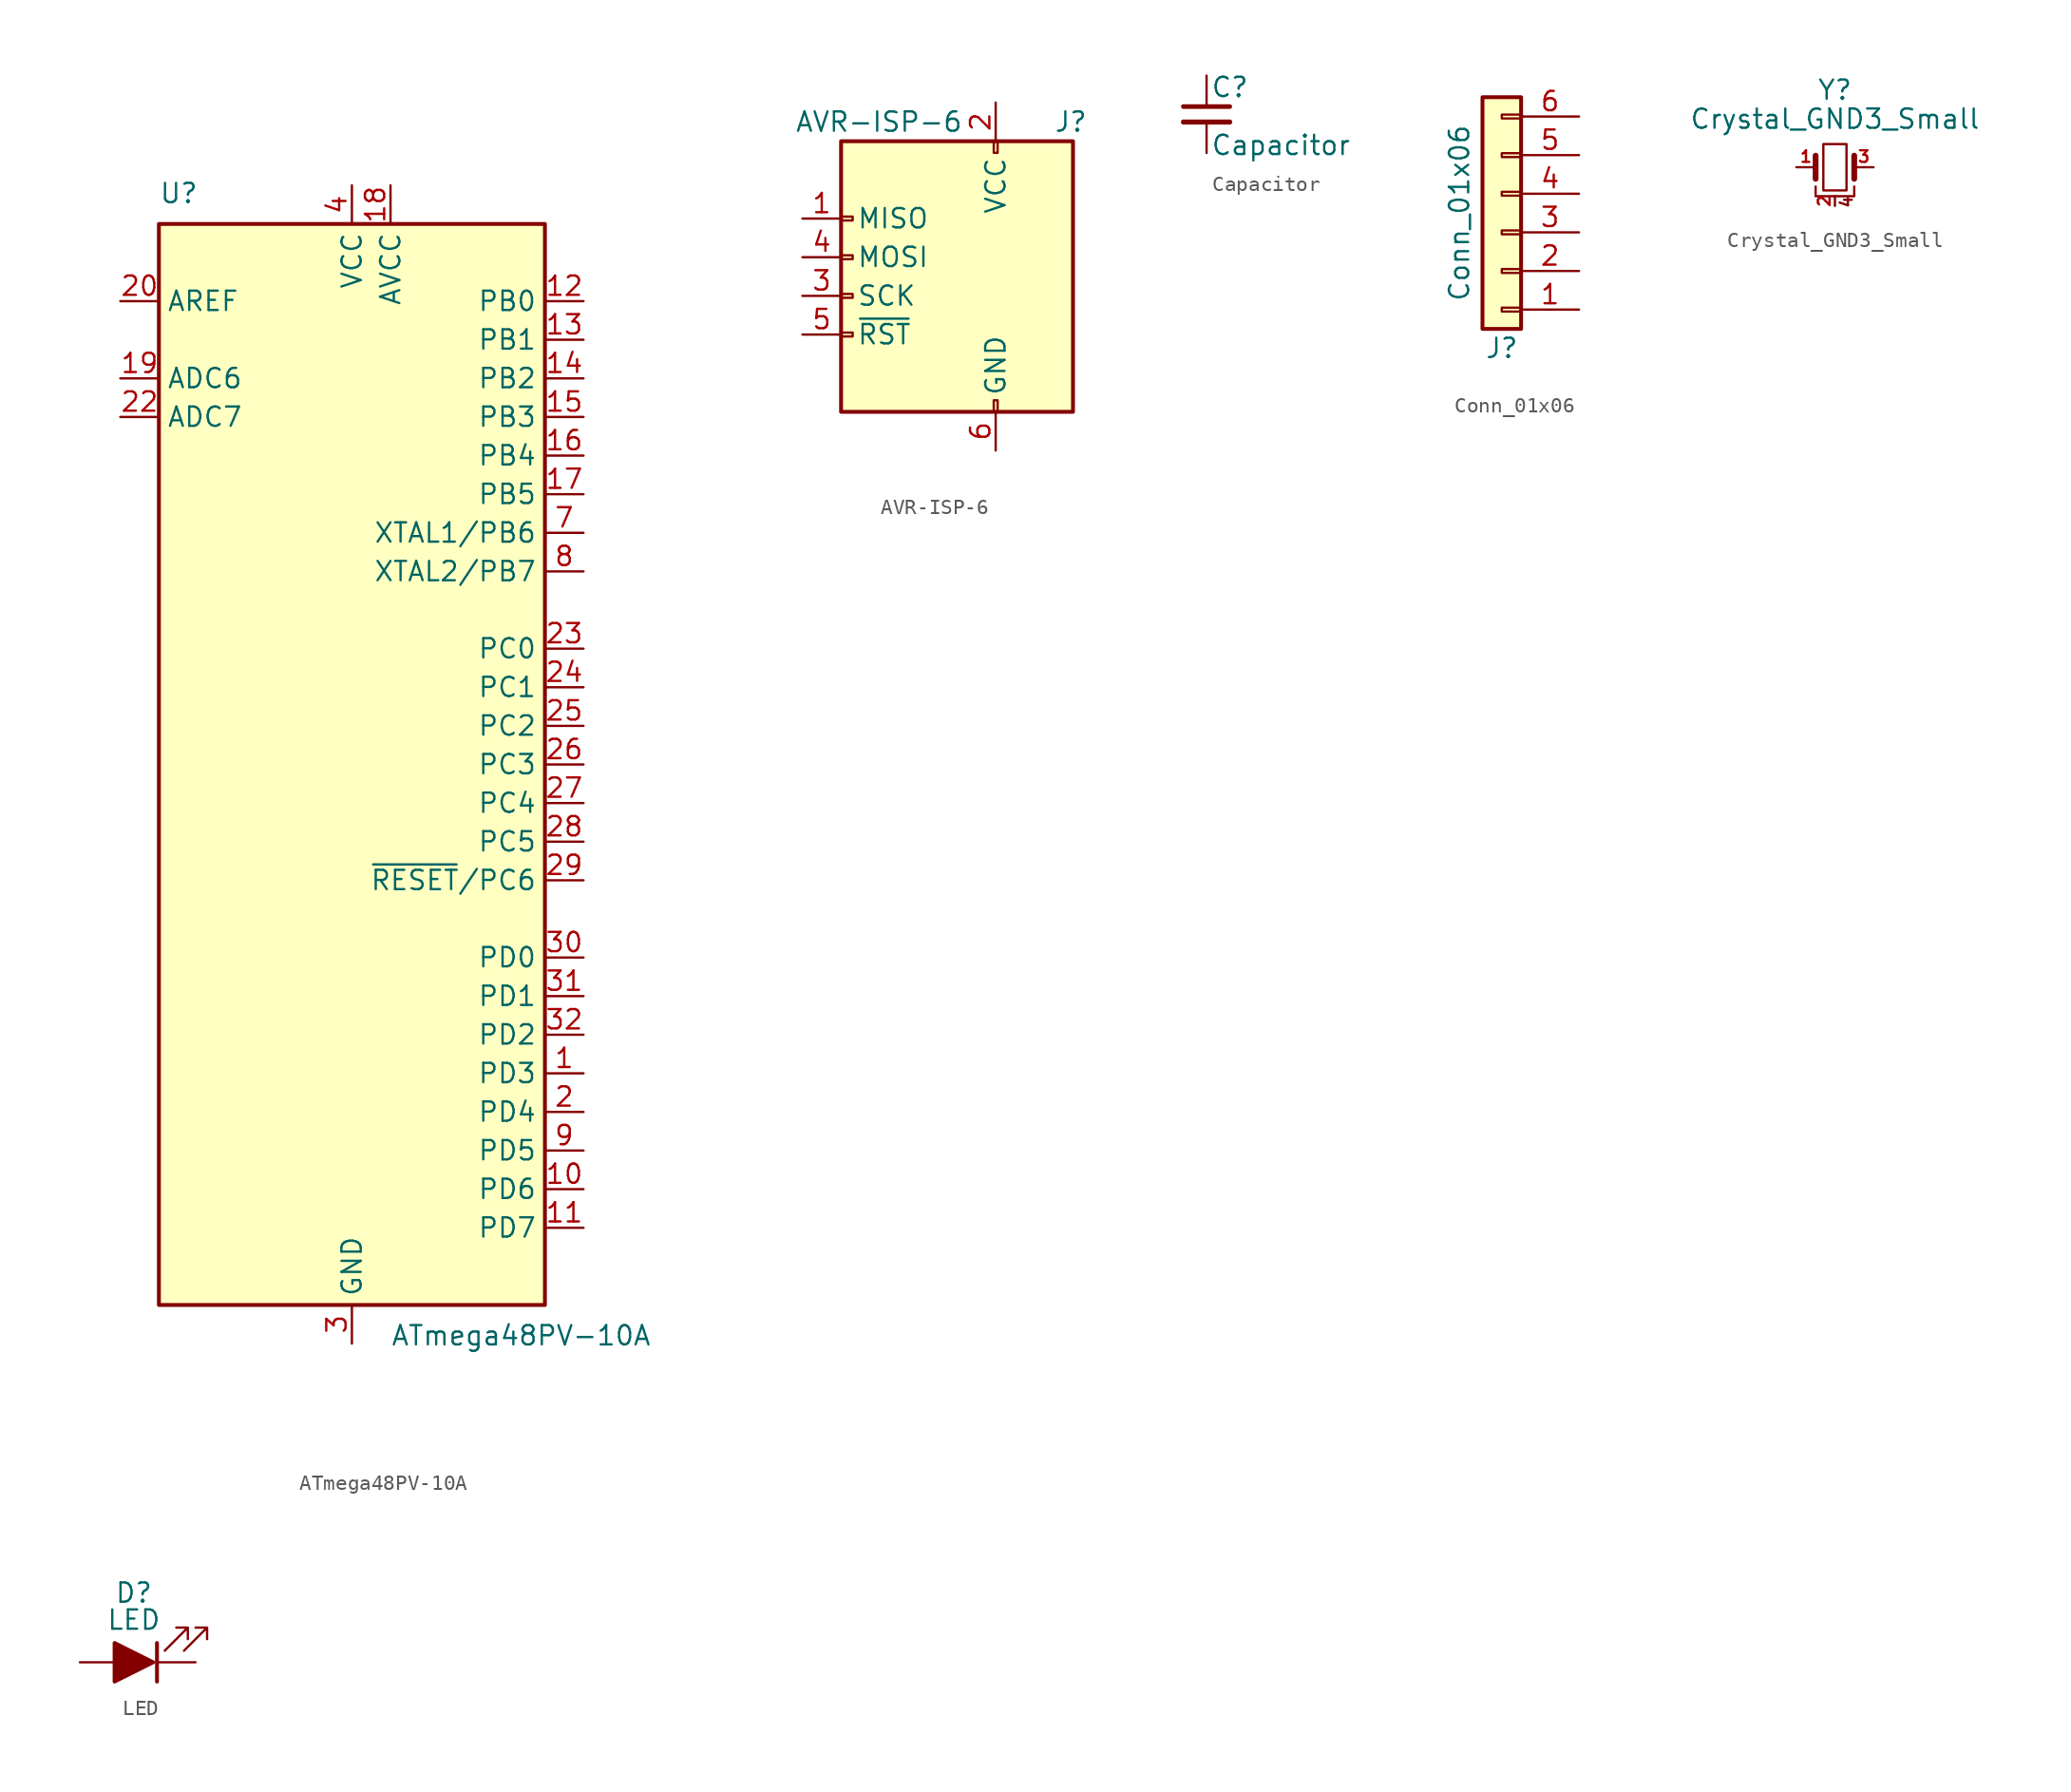
<source format=kicad_sym>
(kicad_symbol_lib
  (version 20211014)
  (generator kicad_symbol_editor)
  (symbol "ATmega48PV-10A"
    (property "Reference" "U"
      (at -12.7 36.83 0)
      (effects (font (size 1.27 1.27)) (justify left bottom)))
    (property "Value" "ATmega48PV-10A"
      (at 2.54 -36.83 0)
      (effects (font (size 1.27 1.27)) (justify left top)))
    (symbol "ATmega48PV-10A_0_1"
      (rectangle (start -12.7 -35.56) (end 12.7 35.56) (stroke (width 0.254) (type default) (color 0 0 0 0)) (fill (type background))))
    (symbol "ATmega48PV-10A_1_1"
      (pin bidirectional line (at 15.24 -20.32 180) (length 2.54) (name "PD3" (effects (font (size 1.27 1.27)))) (number "1" (effects (font (size 1.27 1.27)))))
      (pin bidirectional line (at 15.24 -27.94 180) (length 2.54) (name "PD6" (effects (font (size 1.27 1.27)))) (number "10" (effects (font (size 1.27 1.27)))))
      (pin bidirectional line (at 15.24 -30.48 180) (length 2.54) (name "PD7" (effects (font (size 1.27 1.27)))) (number "11" (effects (font (size 1.27 1.27)))))
      (pin bidirectional line (at 15.24 30.48 180) (length 2.54) (name "PB0" (effects (font (size 1.27 1.27)))) (number "12" (effects (font (size 1.27 1.27)))))
      (pin bidirectional line (at 15.24 27.94 180) (length 2.54) (name "PB1" (effects (font (size 1.27 1.27)))) (number "13" (effects (font (size 1.27 1.27)))))
      (pin bidirectional line (at 15.24 25.4 180) (length 2.54) (name "PB2" (effects (font (size 1.27 1.27)))) (number "14" (effects (font (size 1.27 1.27)))))
      (pin bidirectional line (at 15.24 22.86 180) (length 2.54) (name "PB3" (effects (font (size 1.27 1.27)))) (number "15" (effects (font (size 1.27 1.27)))))
      (pin bidirectional line (at 15.24 20.32 180) (length 2.54) (name "PB4" (effects (font (size 1.27 1.27)))) (number "16" (effects (font (size 1.27 1.27)))))
      (pin bidirectional line (at 15.24 17.78 180) (length 2.54) (name "PB5" (effects (font (size 1.27 1.27)))) (number "17" (effects (font (size 1.27 1.27)))))
      (pin power_in line (at 2.54 38.1 270) (length 2.54) (name "AVCC" (effects (font (size 1.27 1.27)))) (number "18" (effects (font (size 1.27 1.27)))))
      (pin input line (at -15.24 25.4 0) (length 2.54) (name "ADC6" (effects (font (size 1.27 1.27)))) (number "19" (effects (font (size 1.27 1.27)))))
      (pin bidirectional line (at 15.24 -22.86 180) (length 2.54) (name "PD4" (effects (font (size 1.27 1.27)))) (number "2" (effects (font (size 1.27 1.27)))))
      (pin passive line (at -15.24 30.48 0) (length 2.54) (name "AREF" (effects (font (size 1.27 1.27)))) (number "20" (effects (font (size 1.27 1.27)))))
      (pin passive line (at 0 -38.1 90) (length 2.54) hide (name "GND" (effects (font (size 1.27 1.27)))) (number "21" (effects (font (size 1.27 1.27)))))
      (pin input line (at -15.24 22.86 0) (length 2.54) (name "ADC7" (effects (font (size 1.27 1.27)))) (number "22" (effects (font (size 1.27 1.27)))))
      (pin bidirectional line (at 15.24 7.62 180) (length 2.54) (name "PC0" (effects (font (size 1.27 1.27)))) (number "23" (effects (font (size 1.27 1.27)))))
      (pin bidirectional line (at 15.24 5.08 180) (length 2.54) (name "PC1" (effects (font (size 1.27 1.27)))) (number "24" (effects (font (size 1.27 1.27)))))
      (pin bidirectional line (at 15.24 2.54 180) (length 2.54) (name "PC2" (effects (font (size 1.27 1.27)))) (number "25" (effects (font (size 1.27 1.27)))))
      (pin bidirectional line (at 15.24 0 180) (length 2.54) (name "PC3" (effects (font (size 1.27 1.27)))) (number "26" (effects (font (size 1.27 1.27)))))
      (pin bidirectional line (at 15.24 -2.54 180) (length 2.54) (name "PC4" (effects (font (size 1.27 1.27)))) (number "27" (effects (font (size 1.27 1.27)))))
      (pin bidirectional line (at 15.24 -5.08 180) (length 2.54) (name "PC5" (effects (font (size 1.27 1.27)))) (number "28" (effects (font (size 1.27 1.27)))))
      (pin bidirectional line (at 15.24 -7.62 180) (length 2.54) (name "~{RESET}/PC6" (effects (font (size 1.27 1.27)))) (number "29" (effects (font (size 1.27 1.27)))))
      (pin power_in line (at 0 -38.1 90) (length 2.54) (name "GND" (effects (font (size 1.27 1.27)))) (number "3" (effects (font (size 1.27 1.27)))))
      (pin bidirectional line (at 15.24 -12.7 180) (length 2.54) (name "PD0" (effects (font (size 1.27 1.27)))) (number "30" (effects (font (size 1.27 1.27)))))
      (pin bidirectional line (at 15.24 -15.24 180) (length 2.54) (name "PD1" (effects (font (size 1.27 1.27)))) (number "31" (effects (font (size 1.27 1.27)))))
      (pin bidirectional line (at 15.24 -17.78 180) (length 2.54) (name "PD2" (effects (font (size 1.27 1.27)))) (number "32" (effects (font (size 1.27 1.27)))))
      (pin power_in line (at 0 38.1 270) (length 2.54) (name "VCC" (effects (font (size 1.27 1.27)))) (number "4" (effects (font (size 1.27 1.27)))))
      (pin passive line (at 0 -38.1 90) (length 2.54) hide (name "GND" (effects (font (size 1.27 1.27)))) (number "5" (effects (font (size 1.27 1.27)))))
      (pin passive line (at 0 38.1 270) (length 2.54) hide (name "VCC" (effects (font (size 1.27 1.27)))) (number "6" (effects (font (size 1.27 1.27)))))
      (pin bidirectional line (at 15.24 15.24 180) (length 2.54) (name "XTAL1/PB6" (effects (font (size 1.27 1.27)))) (number "7" (effects (font (size 1.27 1.27)))))
      (pin bidirectional line (at 15.24 12.7 180) (length 2.54) (name "XTAL2/PB7" (effects (font (size 1.27 1.27)))) (number "8" (effects (font (size 1.27 1.27)))))
      (pin bidirectional line (at 15.24 -25.4 180) (length 2.54) (name "PD5" (effects (font (size 1.27 1.27)))) (number "9" (effects (font (size 1.27 1.27)))))))
  (symbol "AVR-ISP-6"
    (pin_names
      (offset 1.016))
    (property "Reference" "J"
      (at 13.716 11.43 0)
      (effects (font (size 1.27 1.27)) (justify left)))
    (property "Value" "AVR-ISP-6"
      (at -3.302 11.43 0)
      (effects (font (size 1.27 1.27)) (justify left)))
    (symbol "AVR-ISP-6_0_1"
      (rectangle (start 0.508 -2.667) (end -0.254 -2.413) (stroke (width 0) (type default) (color 0 0 0 0)) (fill (type none)))
      (rectangle (start 0.508 -0.127) (end -0.254 0.127) (stroke (width 0) (type default) (color 0 0 0 0)) (fill (type none)))
      (rectangle (start 0.508 2.413) (end -0.254 2.667) (stroke (width 0) (type default) (color 0 0 0 0)) (fill (type none)))
      (rectangle (start 0.508 4.953) (end -0.254 5.207) (stroke (width 0) (type default) (color 0 0 0 0)) (fill (type none)))
      (rectangle (start 9.779 -7.62) (end 10.033 -6.858) (stroke (width 0) (type default) (color 0 0 0 0)) (fill (type none)))
      (rectangle (start 9.779 9.398) (end 10.033 10.16) (stroke (width 0) (type default) (color 0 0 0 0)) (fill (type none)))
      (rectangle (start 14.986 -7.62) (end -0.254 10.16) (stroke (width 0.254) (type default) (color 0 0 0 0)) (fill (type background))))
    (symbol "AVR-ISP-6_1_1"
      (pin passive line (at -2.794 5.08 0) (length 2.54) (name "MISO" (effects (font (size 1.27 1.27)))) (number "1" (effects (font (size 1.27 1.27)))))
      (pin passive line (at 9.906 12.7 270) (length 2.54) (name "VCC" (effects (font (size 1.27 1.27)))) (number "2" (effects (font (size 1.27 1.27)))))
      (pin passive line (at -2.794 0 0) (length 2.54) (name "SCK" (effects (font (size 1.27 1.27)))) (number "3" (effects (font (size 1.27 1.27)))))
      (pin passive line (at -2.794 2.54 0) (length 2.54) (name "MOSI" (effects (font (size 1.27 1.27)))) (number "4" (effects (font (size 1.27 1.27)))))
      (pin passive line (at -2.794 -2.54 0) (length 2.54) (name "~{RST}" (effects (font (size 1.27 1.27)))) (number "5" (effects (font (size 1.27 1.27)))))
      (pin passive line (at 9.906 -10.16 90) (length 2.54) (name "GND" (effects (font (size 1.27 1.27)))) (number "6" (effects (font (size 1.27 1.27)))))))
  (symbol "Capacitor"
    (pin_numbers hide)
    (pin_names
      (offset 0.254) hide)
    (property "Reference" "C"
      (at 0.254 1.778 0)
      (effects (font (size 1.27 1.27)) (justify left)))
    (property "Value" "Capacitor"
      (at 0.254 -2.032 0)
      (effects (font (size 1.27 1.27)) (justify left)))
    (symbol "Capacitor_0_1"
      (polyline (pts (xy -1.524 -0.508) (xy 1.524 -0.508)) (stroke (width 0.33) (type default) (color 0 0 0 0)) (fill (type none)))
      (polyline (pts (xy -1.524 0.508) (xy 1.524 0.508)) (stroke (width 0.305) (type default) (color 0 0 0 0)) (fill (type none))))
    (symbol "Capacitor_1_1"
      (pin passive line (at 0 2.54 270) (length 2.032) (name "~" (effects (font (size 1.27 1.27)))) (number "1" (effects (font (size 1.27 1.27)))))
      (pin passive line (at 0 -2.54 90) (length 2.032) (name "~" (effects (font (size 1.27 1.27)))) (number "2" (effects (font (size 1.27 1.27)))))))
  (symbol "Conn_01x06"
    (pin_names
      (offset 1.016) hide)
    (property "Reference" "J"
      (at 0 -10.16 0)
      (effects (font (size 1.27 1.27))))
    (property "Value" "Conn_01x06"
      (at -2.794 -1.27 90)
      (effects (font (size 1.27 1.27))))
    (symbol "Conn_01x06_1_1"
      (rectangle (start 1.27 -8.89) (end -1.27 6.35) (stroke (width 0.254) (type default) (color 0 0 0 0)) (fill (type background)))
      (rectangle (start 1.27 -7.747) (end 0 -7.493) (stroke (width 0.152) (type default) (color 0 0 0 0)) (fill (type none)))
      (rectangle (start 1.27 -5.207) (end 0 -4.953) (stroke (width 0.152) (type default) (color 0 0 0 0)) (fill (type none)))
      (rectangle (start 1.27 -2.667) (end 0 -2.413) (stroke (width 0.152) (type default) (color 0 0 0 0)) (fill (type none)))
      (rectangle (start 1.27 -0.127) (end 0 0.127) (stroke (width 0.152) (type default) (color 0 0 0 0)) (fill (type none)))
      (rectangle (start 1.27 2.413) (end 0 2.667) (stroke (width 0.152) (type default) (color 0 0 0 0)) (fill (type none)))
      (rectangle (start 1.27 4.953) (end 0 5.207) (stroke (width 0.152) (type default) (color 0 0 0 0)) (fill (type none)))
      (pin passive line (at 5.08 -7.62 180) (length 3.81) (name "Pin_1" (effects (font (size 1.27 1.27)))) (number "1" (effects (font (size 1.27 1.27)))))
      (pin passive line (at 5.08 -5.08 180) (length 3.81) (name "Pin_2" (effects (font (size 1.27 1.27)))) (number "2" (effects (font (size 1.27 1.27)))))
      (pin passive line (at 5.08 -2.54 180) (length 3.81) (name "Pin_3" (effects (font (size 1.27 1.27)))) (number "3" (effects (font (size 1.27 1.27)))))
      (pin passive line (at 5.08 0 180) (length 3.81) (name "Pin_4" (effects (font (size 1.27 1.27)))) (number "4" (effects (font (size 1.27 1.27)))))
      (pin passive line (at 5.08 2.54 180) (length 3.81) (name "Pin_5" (effects (font (size 1.27 1.27)))) (number "5" (effects (font (size 1.27 1.27)))))
      (pin passive line (at 5.08 5.08 180) (length 3.81) (name "Pin_6" (effects (font (size 1.27 1.27)))) (number "6" (effects (font (size 1.27 1.27)))))))
  (symbol "Crystal_GND3_Small"
    (pin_names
      (offset 1.016) hide)
    (property "Reference" "Y"
      (at 0 5.08 0)
      (effects (font (size 1.27 1.27))))
    (property "Value" "Crystal_GND3_Small"
      (at 0 3.175 0)
      (effects (font (size 1.27 1.27))))
    (symbol "Crystal_GND3_Small_0_0"
      (text "4" (at 0.762 -2.286 900) (effects (font (size 0.762 0.762)))))
    (symbol "Crystal_GND3_Small_0_1"
      (rectangle (start -0.762 -1.524) (end 0.762 1.524) (stroke (width 0) (type default) (color 0 0 0 0)) (fill (type none)))
      (polyline (pts (xy -1.27 -0.762) (xy -1.27 0.762)) (stroke (width 0.381) (type default) (color 0 0 0 0)) (fill (type none)))
      (polyline (pts (xy 1.27 -0.762) (xy 1.27 0.762)) (stroke (width 0.381) (type default) (color 0 0 0 0)) (fill (type none)))
      (polyline (pts (xy -1.27 -1.27) (xy -1.27 -1.905) (xy 1.27 -1.905) (xy 1.27 -1.27)) (stroke (width 0) (type default) (color 0 0 0 0)) (fill (type none))))
    (symbol "Crystal_GND3_Small_1_1"
      (pin passive line (at -2.54 0 0) (length 1.27) (name "1" (effects (font (size 1.27 1.27)))) (number "1" (effects (font (size 0.762 0.762)))))
      (pin passive line (at 0 -2.54 90) (length 0.635) (name "2" (effects (font (size 1.27 1.27)))) (number "2" (effects (font (size 0.762 0.762)))))
      (pin passive line (at 2.54 0 180) (length 1.27) (name "3" (effects (font (size 1.27 1.27)))) (number "3" (effects (font (size 0.762 0.762)))))))
  (symbol "LED"
    (pin_numbers hide)
    (pin_names
      (offset 1.016) hide)
    (property "Reference" "D"
      (at -1.016 4.572 0)
      (effects (font (size 1.27 1.27))))
    (property "Value" "LED"
      (at -1.016 2.794 0)
      (effects (font (size 1.27 1.27))))
    (symbol "LED_0_1"
      (polyline (pts (xy 0.508 1.27) (xy 0.508 -1.27)) (stroke (width 0.254) (type default) (color 0 0 0 0)) (fill (type none)))
      (polyline (pts (xy -2.286 1.27) (xy -2.286 -1.27) (xy 0.254 0) (xy -2.286 1.27)) (stroke (width 0.254) (type default) (color 0 0 0 0)) (fill (type outline)))
      (polyline (pts (xy 1.016 0.762) (xy 2.54 2.286) (xy 1.778 2.286) (xy 2.54 2.286) (xy 2.54 1.524)) (stroke (width 0) (type default) (color 0 0 0 0)) (fill (type none)))
      (polyline (pts (xy 2.286 0.762) (xy 3.81 2.286) (xy 3.048 2.286) (xy 3.81 2.286) (xy 3.81 1.524)) (stroke (width 0) (type default) (color 0 0 0 0)) (fill (type none))))
    (symbol "LED_1_1"
      (pin passive line (at 3.048 0 180) (length 2.54) (name "K" (effects (font (size 1.27 1.27)))) (number "1" (effects (font (size 1.27 1.27)))))
      (pin passive line (at -4.572 0 0) (length 2.54) (name "A" (effects (font (size 1.27 1.27)))) (number "2" (effects (font (size 1.27 1.27))))))))
</source>
